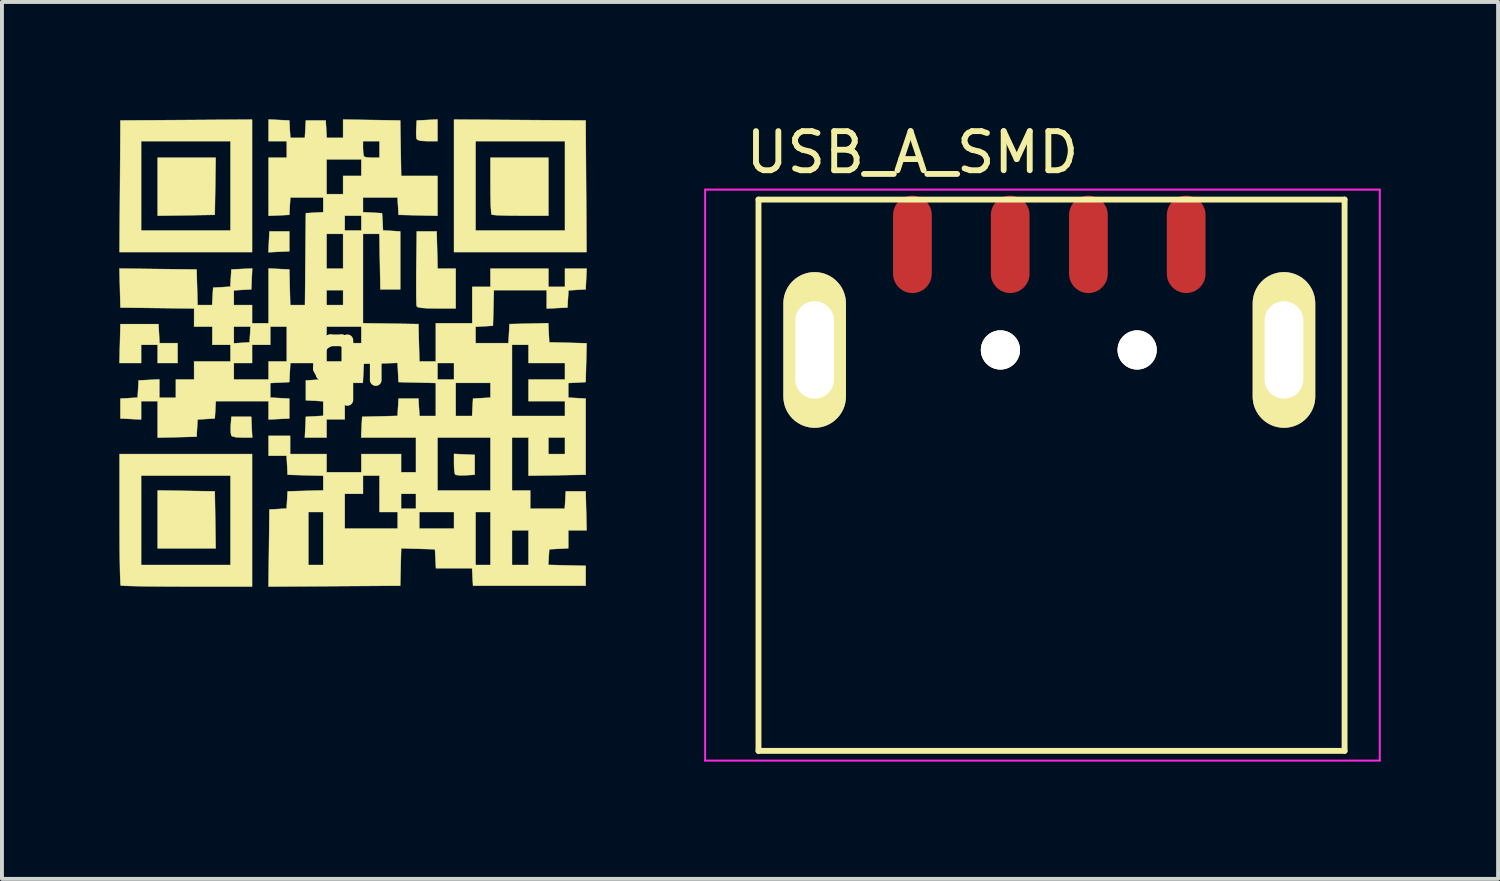
<source format=kicad_pcb>
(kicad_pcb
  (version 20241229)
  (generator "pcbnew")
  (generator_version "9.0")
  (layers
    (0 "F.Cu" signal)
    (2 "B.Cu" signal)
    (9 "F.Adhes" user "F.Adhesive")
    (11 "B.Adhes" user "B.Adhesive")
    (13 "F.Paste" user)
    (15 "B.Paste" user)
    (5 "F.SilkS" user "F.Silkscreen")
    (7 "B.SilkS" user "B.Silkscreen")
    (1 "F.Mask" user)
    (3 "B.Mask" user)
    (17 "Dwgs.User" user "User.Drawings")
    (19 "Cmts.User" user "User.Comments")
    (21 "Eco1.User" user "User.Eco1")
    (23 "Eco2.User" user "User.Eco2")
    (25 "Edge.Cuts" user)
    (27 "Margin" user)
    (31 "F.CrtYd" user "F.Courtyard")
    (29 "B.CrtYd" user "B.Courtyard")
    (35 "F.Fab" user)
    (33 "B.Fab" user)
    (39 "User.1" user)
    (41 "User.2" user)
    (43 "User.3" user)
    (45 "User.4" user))
  (footprint "qr"
    (layer "F.Cu")
    (at 5.977 5.978)
    (property "Reference" "qr" (at 0 0 0) (layer "F.SilkS") (effects (font (size 1.524 1.524) (thickness 0.3))))
    (attr through_hole)
    (fp_poly (pts (xy -3.535 -3.535) (xy -4.995 -3.512) (xy -4.995 -4.995) (xy -3.512 -4.995) (xy -3.535 -3.535)) (stroke (width 0.01) (type solid)) (fill yes) (layer "F.SilkS"))
    (fp_poly (pts (xy -3.535 3.535) (xy -3.512 4.995) (xy -4.995 4.995) (xy -4.995 3.512) (xy -3.535 3.535)) (stroke (width 0.01) (type solid)) (fill yes) (layer "F.SilkS"))
    (fp_poly (pts (xy -1.63 -2.603) (xy -2.163 -2.578) (xy -2.138 -3.111) (xy -1.63 -3.111) (xy -1.63 -2.603)) (stroke (width 0.01) (type solid)) (fill yes) (layer "F.SilkS"))
    (fp_poly (pts (xy -4.949 -0.254) (xy -4.487 -0.254) (xy -4.487 0.254) (xy -4.995 0.254) (xy -4.995 -0.212) (xy -5.419 -0.212) (xy -5.419 0.254) (xy -5.972 0.254) (xy -5.96 -0.243) (xy -5.948 -0.741) (xy -4.974 -0.741) (xy -4.949 -0.254)) (stroke (width 0.01) (type solid)) (fill yes) (layer "F.SilkS"))
    (fp_poly (pts (xy -2.591 1.894) (xy -2.578 2.159) (xy -2.836 2.159) (xy -3.001 2.151) (xy -3.093 2.126) (xy -3.115 2.101) (xy -3.126 2.026) (xy -3.128 1.903) (xy -3.125 1.836) (xy -3.111 1.63) (xy -2.603 1.63) (xy -2.591 1.894)) (stroke (width 0.01) (type solid)) (fill yes) (layer "F.SilkS"))
    (fp_poly (pts (xy -2.582 -2.582) (xy -5.97 -2.582) (xy -5.951 -5.419) (xy -5.419 -5.419) (xy -5.419 -3.133) (xy -3.133 -3.133) (xy -3.133 -5.419) (xy -5.419 -5.419) (xy -5.951 -5.419) (xy -5.948 -5.948) (xy -2.582 -5.97) (xy -2.582 -2.582)) (stroke (width 0.01) (type solid)) (fill yes) (layer "F.SilkS"))
    (fp_poly (pts (xy 2.159 -5.419) (xy 1.904 -5.419) (xy 1.738 -5.427) (xy 1.648 -5.453) (xy 1.626 -5.477) (xy 1.615 -5.552) (xy 1.614 -5.675) (xy 1.617 -5.742) (xy 1.63 -5.948) (xy 1.894 -5.96) (xy 2.159 -5.973) (xy 2.159 -5.419)) (stroke (width 0.01) (type solid)) (fill yes) (layer "F.SilkS"))
    (fp_poly (pts (xy 2.847 2.591) (xy 3.111 2.603) (xy 3.111 3.111) (xy 2.877 3.124) (xy 2.742 3.126) (xy 2.644 3.117) (xy 2.612 3.106) (xy 2.596 3.051) (xy 2.585 2.938) (xy 2.582 2.827) (xy 2.582 2.578) (xy 2.847 2.591)) (stroke (width 0.01) (type solid)) (fill yes) (layer "F.SilkS"))
    (fp_poly (pts (xy 5.948 -5.948) (xy 5.97 -2.582) (xy 2.582 -2.582) (xy 2.582 -5.419) (xy 3.133 -5.419) (xy 3.133 -3.133) (xy 5.419 -3.133) (xy 5.419 -5.419) (xy 3.133 -5.419) (xy 2.582 -5.419) (xy 2.582 -5.97) (xy 5.948 -5.948)) (stroke (width 0.01) (type solid)) (fill yes) (layer "F.SilkS"))
    (fp_poly (pts (xy 4.995 -3.514) (xy 4.283 -3.514) (xy 4.045 -3.515) (xy 3.838 -3.52) (xy 3.675 -3.526) (xy 3.572 -3.535) (xy 3.542 -3.542) (xy 3.533 -3.592) (xy 3.525 -3.711) (xy 3.518 -3.887) (xy 3.515 -4.103) (xy 3.514 -4.283) (xy 3.514 -4.995) (xy 4.995 -4.995) (xy 4.995 -3.514)) (stroke (width 0.01) (type solid)) (fill yes) (layer "F.SilkS"))
    (fp_poly (pts (xy 2.15 -2.635) (xy 2.162 -2.159) (xy 2.625 -2.159) (xy 2.625 -1.143) (xy 2.137 -1.143) (xy 1.906 -1.146) (xy 1.751 -1.156) (xy 1.661 -1.173) (xy 1.628 -1.197) (xy 1.622 -1.254) (xy 1.618 -1.382) (xy 1.616 -1.569) (xy 1.616 -1.801) (xy 1.617 -2.066) (xy 1.618 -2.181) (xy 1.63 -3.111) (xy 2.138 -3.111) (xy 2.15 -2.635)) (stroke (width 0.01) (type solid)) (fill yes) (layer "F.SilkS"))
    (fp_poly (pts (xy -2.582 5.969) (xy -4.247 5.969) (xy -4.615 5.968) (xy -4.956 5.966) (xy -5.261 5.963) (xy -5.52 5.959) (xy -5.726 5.954) (xy -5.867 5.949) (xy -5.936 5.943) (xy -5.941 5.941) (xy -5.947 5.894) (xy -5.953 5.771) (xy -5.958 5.582) (xy -5.962 5.336) (xy -5.966 5.043) (xy -5.968 4.711) (xy -5.969 4.35) (xy -5.969 4.247) (xy -5.969 3.133) (xy -5.419 3.133) (xy -5.419 5.419) (xy -3.133 5.419) (xy -3.133 3.133) (xy -5.419 3.133) (xy -5.969 3.133) (xy -5.969 2.582) (xy -2.582 2.582) (xy -2.582 5.969)) (stroke (width 0.01) (type solid)) (fill yes) (layer "F.SilkS"))
    (fp_poly (pts (xy -1.894 -5.96) (xy -1.63 -5.948) (xy -1.617 -5.726) (xy -1.604 -5.503) (xy -1.232 -5.503) (xy -1.206 -5.948) (xy -0.699 -5.948) (xy -0.686 -5.726) (xy -0.673 -5.503) (xy -0.254 -5.503) (xy -0.254 -5.971) (xy 1.206 -5.948) (xy 1.218 -5.239) (xy 1.23 -4.53) (xy 2.159 -4.53) (xy 2.159 -3.511) (xy 1.164 -3.535) (xy 1.151 -3.757) (xy 1.139 -3.979) (xy 0.254 -3.979) (xy 0.254 -3.603) (xy 0.497 -3.59) (xy 0.741 -3.577) (xy 0.754 -3.357) (xy 0.766 -3.137) (xy 1.206 -3.111) (xy 1.206 -1.63) (xy 0.699 -1.63) (xy 0.675 -3.048) (xy 0.254 -3.048) (xy 0.254 -0.764) (xy 1.672 -0.741) (xy 1.696 0.212) (xy 2.117 0.212) (xy 2.117 -0.212) (xy 4.064 -0.212) (xy 4.064 1.609) (xy 5.419 1.609) (xy 5.419 1.228) (xy 4.487 1.228) (xy 4.487 0.677) (xy 5.419 0.677) (xy 5.419 0.254) (xy 4.487 0.254) (xy 4.487 -0.212) (xy 4.064 -0.212) (xy 2.117 -0.212) (xy 2.117 -0.762) (xy 3.048 -0.762) (xy 3.048 -1.693) (xy 3.514 -1.693) (xy 3.514 -2.159) (xy 4.995 -2.159) (xy 4.995 -1.693) (xy 5.419 -1.693) (xy 5.419 -2.159) (xy 5.696 -2.159) (xy 5.973 -2.159) (xy 5.96 -1.894) (xy 5.948 -1.63) (xy 5.728 -1.617) (xy 5.508 -1.604) (xy 5.495 -1.384) (xy 5.482 -1.164) (xy 5.218 -1.152) (xy 4.953 -1.139) (xy 4.953 -1.609) (xy 3.601 -1.609) (xy 3.589 -1.154) (xy 3.577 -0.699) (xy 3.355 -0.686) (xy 3.133 -0.673) (xy 3.133 -0.254) (xy 3.975 -0.254) (xy 4 -0.741) (xy 4.496 -0.753) (xy 4.991 -0.765) (xy 5.004 -0.52) (xy 5.016 -0.275) (xy 5.972 -0.251) (xy 5.96 0.245) (xy 5.948 0.741) (xy 5.726 0.754) (xy 5.503 0.766) (xy 5.503 1.139) (xy 5.726 1.151) (xy 5.948 1.164) (xy 5.948 3.111) (xy 5.218 3.123) (xy 4.487 3.135) (xy 4.487 2.159) (xy 4.995 2.159) (xy 4.995 2.582) (xy 5.419 2.582) (xy 5.419 2.159) (xy 4.995 2.159) (xy 4.487 2.159) (xy 4.064 2.159) (xy 4.064 3.514) (xy 4.53 3.514) (xy 4.53 3.979) (xy 5.414 3.979) (xy 5.427 3.757) (xy 5.44 3.535) (xy 5.948 3.535) (xy 5.96 4.032) (xy 5.972 4.53) (xy 5.503 4.53) (xy 5.503 4.991) (xy 5.26 5.004) (xy 5.016 5.016) (xy 5.004 5.216) (xy 4.991 5.416) (xy 5.948 5.44) (xy 5.948 5.948) (xy 3.069 5.948) (xy 3.056 5.726) (xy 3.044 5.503) (xy 2.121 5.503) (xy 2.108 5.26) (xy 2.095 5.016) (xy 1.663 5.004) (xy 1.23 4.992) (xy 1.218 5.47) (xy 1.206 5.948) (xy -0.477 5.959) (xy -2.161 5.97) (xy -2.149 4.985) (xy -2.139 4.064) (xy -1.143 4.064) (xy -1.143 5.419) (xy -0.762 5.419) (xy -0.762 4.064) (xy -1.143 4.064) (xy -2.139 4.064) (xy -2.138 4) (xy -1.698 3.975) (xy -1.685 3.755) (xy -1.676 3.598) (xy -0.212 3.598) (xy -0.212 4.487) (xy 1.143 4.487) (xy 1.143 4.064) (xy 1.693 4.064) (xy 1.693 4.487) (xy 2.582 4.487) (xy 2.582 4.064) (xy 3.133 4.064) (xy 3.133 5.419) (xy 3.514 5.419) (xy 3.514 4.53) (xy 4.064 4.53) (xy 4.064 5.419) (xy 4.487 5.419) (xy 4.487 4.53) (xy 4.064 4.53) (xy 3.514 4.53) (xy 3.514 4.064) (xy 3.133 4.064) (xy 2.582 4.064) (xy 1.693 4.064) (xy 1.143 4.064) (xy 0.677 4.064) (xy 0.677 3.598) (xy 1.228 3.598) (xy 1.228 3.979) (xy 1.609 3.979) (xy 1.609 3.598) (xy 1.228 3.598) (xy 0.677 3.598) (xy 0.677 3.133) (xy 0.254 3.133) (xy 0.254 3.598) (xy -0.212 3.598) (xy -1.676 3.598) (xy -1.672 3.535) (xy -1.217 3.523) (xy -0.762 3.511) (xy -0.762 3.136) (xy -1.217 3.124) (xy -1.672 3.111) (xy -1.698 2.625) (xy -2.159 2.625) (xy -2.159 2.117) (xy -1.609 2.117) (xy -1.609 2.582) (xy -0.677 2.582) (xy -0.677 3.048) (xy 0.212 3.048) (xy 0.212 2.582) (xy 1.228 2.582) (xy 1.228 3.048) (xy 1.609 3.048) (xy 1.609 2.159) (xy 2.159 2.159) (xy 2.159 3.514) (xy 3.514 3.514) (xy 3.514 2.159) (xy 2.159 2.159) (xy 1.609 2.159) (xy 0.208 2.159) (xy 0.22 1.894) (xy 0.233 1.63) (xy 0.686 1.618) (xy 1.139 1.606) (xy 1.151 1.385) (xy 1.164 1.164) (xy 1.672 1.164) (xy 1.685 1.386) (xy 1.698 1.609) (xy 2.117 1.609) (xy 2.117 0.765) (xy 2.006 0.762) (xy 2.625 0.762) (xy 2.625 1.609) (xy 3.044 1.609) (xy 3.056 1.386) (xy 3.069 1.164) (xy 3.291 1.151) (xy 3.514 1.139) (xy 3.514 0.762) (xy 2.625 0.762) (xy 2.006 0.762) (xy 1.64 0.753) (xy 1.164 0.741) (xy 1.151 0.496) (xy 1.139 0.254) (xy 2.159 0.254) (xy 2.159 0.677) (xy 2.582 0.677) (xy 2.582 0.254) (xy 2.159 0.254) (xy 1.139 0.254) (xy 1.139 0.251) (xy 0.707 0.263) (xy 0.275 0.275) (xy 0.25 0.762) (xy -0.212 0.762) (xy -0.212 1.693) (xy -0.677 1.693) (xy -0.677 2.159) (xy -1.232 2.159) (xy -1.219 1.894) (xy -1.206 1.63) (xy -0.984 1.617) (xy -0.762 1.604) (xy -0.762 1.232) (xy -0.984 1.219) (xy -1.206 1.206) (xy -1.206 0.699) (xy -0.762 0.673) (xy -0.762 0.254) (xy -1.183 0.254) (xy -1.604 0.254) (xy -1.63 0.741) (xy -1.873 0.754) (xy -2.117 0.766) (xy -2.117 1.139) (xy -1.873 1.151) (xy -1.63 1.164) (xy -1.63 1.672) (xy -1.894 1.685) (xy -2.159 1.697) (xy -2.159 1.228) (xy -3.509 1.228) (xy -3.522 1.45) (xy -3.535 1.672) (xy -3.755 1.685) (xy -3.975 1.698) (xy -3.988 1.918) (xy -4 2.138) (xy -4.498 2.15) (xy -4.995 2.162) (xy -4.995 1.228) (xy -5.419 1.228) (xy -5.419 1.697) (xy -5.683 1.685) (xy -5.948 1.672) (xy -5.948 1.164) (xy -5.728 1.151) (xy -5.508 1.139) (xy -5.495 0.919) (xy -5.482 0.699) (xy -5.218 0.686) (xy -4.953 0.673) (xy -4.953 0.908) (xy -4.953 1.143) (xy -4.53 1.143) (xy -4.53 0.677) (xy -4.064 0.677) (xy -4.064 0.254) (xy -3.048 0.254) (xy -3.048 0.677) (xy -2.159 0.677) (xy -2.159 0.212) (xy -1.693 0.212) (xy -1.693 -0.677) (xy -0.677 -0.677) (xy -0.677 0.212) (xy -0.254 0.212) (xy -0.254 -0.254) (xy 0.212 -0.254) (xy 0.212 -0.677) (xy -0.677 -0.677) (xy -1.693 -0.677) (xy -2.117 -0.677) (xy -2.117 -0.212) (xy -2.582 -0.212) (xy -2.582 0.254) (xy -3.048 0.254) (xy -4.064 0.254) (xy -4.064 0.212) (xy -3.133 0.212) (xy -3.133 -0.212) (xy -3.598 -0.212) (xy -3.598 -0.677) (xy -3.048 -0.677) (xy -3.048 -0.249) (xy -2.847 -0.262) (xy -2.646 -0.275) (xy -2.633 -0.476) (xy -2.62 -0.677) (xy -3.048 -0.677) (xy -3.598 -0.677) (xy -4.064 -0.677) (xy -4.064 -1.141) (xy -5.948 -1.164) (xy -5.96 -1.662) (xy -5.972 -2.161) (xy -4.986 -2.149) (xy -4 -2.138) (xy -3.988 -1.683) (xy -3.976 -1.228) (xy -3.603 -1.228) (xy -3.59 -1.45) (xy -3.577 -1.672) (xy -3.357 -1.685) (xy -3.137 -1.698) (xy -3.111 -2.138) (xy -2.578 -2.163) (xy -2.603 -1.63) (xy -2.826 -1.617) (xy -3.048 -1.604) (xy -3.048 -1.228) (xy -2.582 -1.228) (xy -2.582 -0.762) (xy -2.159 -0.762) (xy -2.159 -2.163) (xy -1.894 -2.15) (xy -1.63 -2.138) (xy -1.618 -1.683) (xy -1.606 -1.228) (xy -1.229 -1.228) (xy -1.225 -1.609) (xy -0.677 -1.609) (xy -0.677 -1.228) (xy -0.254 -1.228) (xy -0.254 -1.609) (xy -0.677 -1.609) (xy -1.225 -1.609) (xy -1.212 -3.048) (xy -0.677 -3.048) (xy -0.677 -2.159) (xy -0.254 -2.159) (xy -0.254 -3.048) (xy -0.677 -3.048) (xy -1.212 -3.048) (xy -1.207 -3.514) (xy -0.212 -3.514) (xy -0.212 -3.133) (xy 0.212 -3.133) (xy 0.212 -3.514) (xy -0.212 -3.514) (xy -1.207 -3.514) (xy -1.206 -3.577) (xy -0.984 -3.59) (xy -0.762 -3.603) (xy -0.762 -3.979) (xy -1.604 -3.979) (xy -1.617 -3.757) (xy -1.63 -3.535) (xy -1.894 -3.522) (xy -2.159 -3.51) (xy -2.159 -4.953) (xy -0.677 -4.953) (xy -0.677 -4.064) (xy -0.254 -4.064) (xy -0.254 -4.53) (xy 0.212 -4.53) (xy 0.212 -4.953) (xy -0.677 -4.953) (xy -2.159 -4.953) (xy -2.159 -4.995) (xy -1.693 -4.995) (xy -1.693 -5.419) (xy 0.254 -5.419) (xy 0.254 -5.235) (xy 0.26 -5.116) (xy 0.275 -5.037) (xy 0.282 -5.024) (xy 0.339 -5.006) (xy 0.447 -4.996) (xy 0.494 -4.995) (xy 0.677 -4.995) (xy 0.677 -5.419) (xy 0.254 -5.419) (xy -1.693 -5.419) (xy -2.159 -5.419) (xy -2.159 -5.973) (xy -1.894 -5.96)) (stroke (width 0.01) (type solid)) (fill yes) (layer "F.SilkS")))
  (footprint "USB_A_SMD"
    (layer "F.Cu")
    (at 20.28 3.198)
    (property "Reference" "USB_A_SMD" (at 0 -2.35 0) (layer "F.SilkS") (effects (font (size 1 1) (thickness 0.15))))
    (attr through_hole)
    (fp_line (start -3.936 12.952) (end -3.936 -1.145) (stroke (width 0.15) (type solid)) (layer "F.SilkS"))
    (fp_line (start 11.05 -1.145) (end -3.936 -1.145) (stroke (width 0.15) (type solid)) (layer "F.SilkS"))
    (fp_line (start 11.05 -1.145) (end 11.05 12.952) (stroke (width 0.15) (type solid)) (layer "F.SilkS"))
    (fp_line (start 11.05 12.952) (end -3.936 12.952) (stroke (width 0.15) (type solid)) (layer "F.SilkS"))
    (fp_line (start -5.3 -1.4) (end 11.95 -1.4) (stroke (width 0.05) (type solid)) (layer "F.CrtYd"))
    (fp_line (start -5.3 13.2) (end -5.3 -1.4) (stroke (width 0.05) (type solid)) (layer "F.CrtYd"))
    (fp_line (start -5.3 13.2) (end 11.95 13.2) (stroke (width 0.05) (type solid)) (layer "F.CrtYd"))
    (fp_line (start 11.95 -1.4) (end 11.95 13.2) (stroke (width 0.05) (type solid)) (layer "F.CrtYd"))
    (pad "" thru_hole circle (at 2.25 2.7) (size 1 1) (drill 1) (layers "*.Cu" "*.Mask" "F.SilkS"))
    (pad "" thru_hole circle (at 5.746 2.7) (size 1 1) (drill 1) (layers "*.Cu" "*.Mask" "F.SilkS"))
    (pad "1" smd oval (at 7 0) (size 0.99 2.49) (layers "F.Cu" "F.Mask" "F.Paste"))
    (pad "2" smd oval (at 4.5 0) (size 0.99 2.49) (layers "F.Cu" "F.Mask" "F.Paste"))
    (pad "3" smd oval (at 2.5 0) (size 0.99 2.49) (layers "F.Cu" "F.Mask" "F.Paste"))
    (pad "4" smd oval (at 0 0) (size 0.99 2.49) (layers "F.Cu" "F.Mask" "F.Paste"))
    (pad "5" thru_hole oval (at -2.5 2.7) (size 1.6 3.98) (drill oval 0.99 2.49) (layers "*.Cu" "*.Mask" "F.SilkS"))
    (pad "5" thru_hole oval (at 9.5 2.7) (size 1.6 3.98) (drill oval 0.99 2.49) (layers "*.Cu" "*.Mask" "F.SilkS")))
  (gr_rect
    (start -3 -3)
    (end 35.255 19.423)
    (stroke (width 0.1) (type default))
    (fill no)
    (layer "Edge.Cuts")))
</source>
